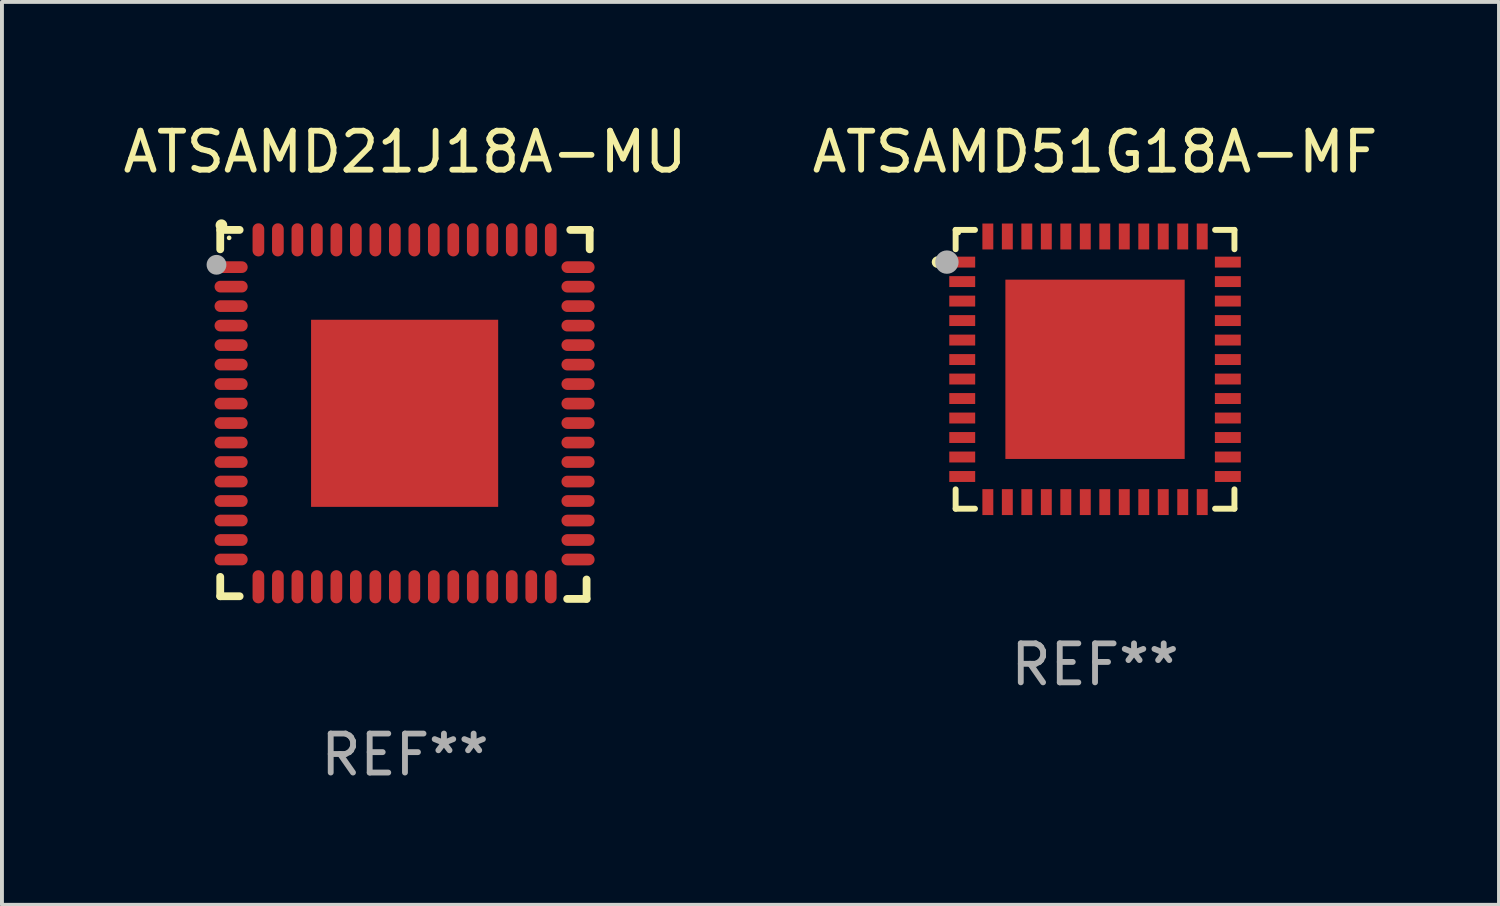
<source format=kicad_pcb>
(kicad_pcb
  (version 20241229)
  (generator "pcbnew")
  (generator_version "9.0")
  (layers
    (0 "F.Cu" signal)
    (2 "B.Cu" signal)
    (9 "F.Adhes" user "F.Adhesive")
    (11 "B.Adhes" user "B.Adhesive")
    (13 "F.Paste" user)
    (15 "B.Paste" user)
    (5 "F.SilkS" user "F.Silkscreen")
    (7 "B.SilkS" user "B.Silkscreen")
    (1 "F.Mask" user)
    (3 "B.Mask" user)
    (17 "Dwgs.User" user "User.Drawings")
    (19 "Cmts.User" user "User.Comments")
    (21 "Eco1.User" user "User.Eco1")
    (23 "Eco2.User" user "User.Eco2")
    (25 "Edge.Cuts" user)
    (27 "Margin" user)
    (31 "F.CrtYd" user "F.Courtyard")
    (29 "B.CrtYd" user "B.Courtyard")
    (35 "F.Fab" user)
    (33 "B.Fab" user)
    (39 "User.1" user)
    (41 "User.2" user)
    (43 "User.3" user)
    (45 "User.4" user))
  (footprint "ATSAMD51G18A-MF"
    (layer "F.Cu")
    (at 25.042 6.424)
    (property "Reference" "ATSAMD51G18A-MF" (at 0 -5.576 0) (layer "F.SilkS") (effects (font (size 1 1) (thickness 0.15))))
    (attr through_hole)
    (fp_line (start -3.576 -3.576) (end -3.576 -3.08) (stroke (width 0.152) (type solid)) (layer "F.SilkS"))
    (fp_line (start -3.576 3.576) (end -3.576 3.08) (stroke (width 0.152) (type solid)) (layer "F.SilkS"))
    (fp_line (start -3.08 -3.576) (end -3.576 -3.576) (stroke (width 0.152) (type solid)) (layer "F.SilkS"))
    (fp_line (start -3.08 3.576) (end -3.576 3.576) (stroke (width 0.152) (type solid)) (layer "F.SilkS"))
    (fp_line (start 3.08 -3.576) (end 3.576 -3.576) (stroke (width 0.152) (type solid)) (layer "F.SilkS"))
    (fp_line (start 3.08 3.576) (end 3.576 3.576) (stroke (width 0.152) (type solid)) (layer "F.SilkS"))
    (fp_line (start 3.576 -3.576) (end 3.576 -3.08) (stroke (width 0.152) (type solid)) (layer "F.SilkS"))
    (fp_line (start 3.576 3.576) (end 3.576 3.08) (stroke (width 0.152) (type solid)) (layer "F.SilkS"))
    (fp_circle (center -4.04 -2.75) (end -3.965 -2.75) (stroke (width 0.15) (type solid)) (fill no) (layer "F.SilkS"))
    (fp_circle (center -3.5 -3.5) (end -3.47 -3.5) (stroke (width 0.06) (type solid)) (fill no) (layer "F.SilkS"))
    (fp_circle (center -3.8 -2.75) (end -3.65 -2.75) (stroke (width 0.3) (type solid)) (fill no) (layer "F.Fab"))
    (fp_text user "REF**" (at 0 7.576 0) (layer "F.Fab") (effects (font (size 1 1) (thickness 0.15))))
    (pad "1" smd rect (at -3.407 -2.75) (size 0.665 0.28) (layers "F.Cu" "F.Mask" "F.Paste"))
    (pad "2" smd rect (at -3.407 -2.25) (size 0.665 0.28) (layers "F.Cu" "F.Mask" "F.Paste"))
    (pad "3" smd rect (at -3.407 -1.75) (size 0.665 0.28) (layers "F.Cu" "F.Mask" "F.Paste"))
    (pad "4" smd rect (at -3.407 -1.25) (size 0.665 0.28) (layers "F.Cu" "F.Mask" "F.Paste"))
    (pad "5" smd rect (at -3.407 -0.75) (size 0.665 0.28) (layers "F.Cu" "F.Mask" "F.Paste"))
    (pad "6" smd rect (at -3.407 -0.25) (size 0.665 0.28) (layers "F.Cu" "F.Mask" "F.Paste"))
    (pad "7" smd rect (at -3.407 0.25) (size 0.665 0.28) (layers "F.Cu" "F.Mask" "F.Paste"))
    (pad "8" smd rect (at -3.407 0.75) (size 0.665 0.28) (layers "F.Cu" "F.Mask" "F.Paste"))
    (pad "9" smd rect (at -3.407 1.25) (size 0.665 0.28) (layers "F.Cu" "F.Mask" "F.Paste"))
    (pad "10" smd rect (at -3.407 1.75) (size 0.665 0.28) (layers "F.Cu" "F.Mask" "F.Paste"))
    (pad "11" smd rect (at -3.407 2.25) (size 0.665 0.28) (layers "F.Cu" "F.Mask" "F.Paste"))
    (pad "12" smd rect (at -3.407 2.75) (size 0.665 0.28) (layers "F.Cu" "F.Mask" "F.Paste"))
    (pad "13" smd rect (at -2.75 3.407) (size 0.28 0.665) (layers "F.Cu" "F.Mask" "F.Paste"))
    (pad "14" smd rect (at -2.25 3.407) (size 0.28 0.665) (layers "F.Cu" "F.Mask" "F.Paste"))
    (pad "15" smd rect (at -1.75 3.407) (size 0.28 0.665) (layers "F.Cu" "F.Mask" "F.Paste"))
    (pad "16" smd rect (at -1.25 3.407) (size 0.28 0.665) (layers "F.Cu" "F.Mask" "F.Paste"))
    (pad "17" smd rect (at -0.75 3.407) (size 0.28 0.665) (layers "F.Cu" "F.Mask" "F.Paste"))
    (pad "18" smd rect (at -0.25 3.407) (size 0.28 0.665) (layers "F.Cu" "F.Mask" "F.Paste"))
    (pad "19" smd rect (at 0.25 3.407) (size 0.28 0.665) (layers "F.Cu" "F.Mask" "F.Paste"))
    (pad "20" smd rect (at 0.75 3.407) (size 0.28 0.665) (layers "F.Cu" "F.Mask" "F.Paste"))
    (pad "21" smd rect (at 1.25 3.407) (size 0.28 0.665) (layers "F.Cu" "F.Mask" "F.Paste"))
    (pad "22" smd rect (at 1.75 3.407) (size 0.28 0.665) (layers "F.Cu" "F.Mask" "F.Paste"))
    (pad "23" smd rect (at 2.25 3.407) (size 0.28 0.665) (layers "F.Cu" "F.Mask" "F.Paste"))
    (pad "24" smd rect (at 2.75 3.407) (size 0.28 0.665) (layers "F.Cu" "F.Mask" "F.Paste"))
    (pad "25" smd rect (at 3.407 2.75) (size 0.665 0.28) (layers "F.Cu" "F.Mask" "F.Paste"))
    (pad "26" smd rect (at 3.407 2.25) (size 0.665 0.28) (layers "F.Cu" "F.Mask" "F.Paste"))
    (pad "27" smd rect (at 3.407 1.75) (size 0.665 0.28) (layers "F.Cu" "F.Mask" "F.Paste"))
    (pad "28" smd rect (at 3.407 1.25) (size 0.665 0.28) (layers "F.Cu" "F.Mask" "F.Paste"))
    (pad "29" smd rect (at 3.407 0.75) (size 0.665 0.28) (layers "F.Cu" "F.Mask" "F.Paste"))
    (pad "30" smd rect (at 3.407 0.25) (size 0.665 0.28) (layers "F.Cu" "F.Mask" "F.Paste"))
    (pad "31" smd rect (at 3.407 -0.25) (size 0.665 0.28) (layers "F.Cu" "F.Mask" "F.Paste"))
    (pad "32" smd rect (at 3.407 -0.75) (size 0.665 0.28) (layers "F.Cu" "F.Mask" "F.Paste"))
    (pad "33" smd rect (at 3.407 -1.25) (size 0.665 0.28) (layers "F.Cu" "F.Mask" "F.Paste"))
    (pad "34" smd rect (at 3.407 -1.75) (size 0.665 0.28) (layers "F.Cu" "F.Mask" "F.Paste"))
    (pad "35" smd rect (at 3.407 -2.25) (size 0.665 0.28) (layers "F.Cu" "F.Mask" "F.Paste"))
    (pad "36" smd rect (at 3.407 -2.75) (size 0.665 0.28) (layers "F.Cu" "F.Mask" "F.Paste"))
    (pad "37" smd rect (at 2.75 -3.407) (size 0.28 0.665) (layers "F.Cu" "F.Mask" "F.Paste"))
    (pad "38" smd rect (at 2.25 -3.407) (size 0.28 0.665) (layers "F.Cu" "F.Mask" "F.Paste"))
    (pad "39" smd rect (at 1.75 -3.407) (size 0.28 0.665) (layers "F.Cu" "F.Mask" "F.Paste"))
    (pad "40" smd rect (at 1.25 -3.407) (size 0.28 0.665) (layers "F.Cu" "F.Mask" "F.Paste"))
    (pad "41" smd rect (at 0.75 -3.407) (size 0.28 0.665) (layers "F.Cu" "F.Mask" "F.Paste"))
    (pad "42" smd rect (at 0.25 -3.407) (size 0.28 0.665) (layers "F.Cu" "F.Mask" "F.Paste"))
    (pad "43" smd rect (at -0.25 -3.407) (size 0.28 0.665) (layers "F.Cu" "F.Mask" "F.Paste"))
    (pad "44" smd rect (at -0.75 -3.407) (size 0.28 0.665) (layers "F.Cu" "F.Mask" "F.Paste"))
    (pad "45" smd rect (at -1.25 -3.407) (size 0.28 0.665) (layers "F.Cu" "F.Mask" "F.Paste"))
    (pad "46" smd rect (at -1.75 -3.407) (size 0.28 0.665) (layers "F.Cu" "F.Mask" "F.Paste"))
    (pad "47" smd rect (at -2.25 -3.407) (size 0.28 0.665) (layers "F.Cu" "F.Mask" "F.Paste"))
    (pad "48" smd rect (at -2.75 -3.407) (size 0.28 0.665) (layers "F.Cu" "F.Mask" "F.Paste"))
    (pad "49" smd rect (at 0 0) (size 4.6 4.6) (layers "F.Cu" "F.Mask" "F.Paste")))
  (footprint "ATSAMD21J18A-MU"
    (layer "F.Cu")
    (at 7.339 7.581)
    (property "Reference" "ATSAMD21J18A-MU" (at 0 -6.733 0) (layer "F.SilkS") (effects (font (size 1 1) (thickness 0.15))))
    (attr through_hole)
    (fp_line (start -4.739 -4.733) (end -4.241 -4.733) (stroke (width 0.2) (type solid)) (layer "F.SilkS"))
    (fp_line (start -4.739 -4.235) (end -4.739 -4.733) (stroke (width 0.2) (type solid)) (layer "F.SilkS"))
    (fp_line (start -4.739 4.168) (end -4.739 4.665) (stroke (width 0.2) (type solid)) (layer "F.SilkS"))
    (fp_line (start -4.739 4.665) (end -4.241 4.665) (stroke (width 0.2) (type solid)) (layer "F.SilkS"))
    (fp_line (start 4.161 4.733) (end 4.659 4.733) (stroke (width 0.2) (type solid)) (layer "F.SilkS"))
    (fp_line (start 4.241 -4.733) (end 4.739 -4.733) (stroke (width 0.2) (type solid)) (layer "F.SilkS"))
    (fp_line (start 4.659 4.733) (end 4.659 4.235) (stroke (width 0.2) (type solid)) (layer "F.SilkS"))
    (fp_line (start 4.739 -4.733) (end 4.739 -4.235) (stroke (width 0.2) (type solid)) (layer "F.SilkS"))
    (fp_arc (start -4.708623 -4.85108) (mid -4.708628 -4.85235) (end -4.708623 -4.85362) (stroke (width 0.3) (type solid)) (layer "F.SilkS"))
    (fp_circle (center -4.511 -4.529) (end -4.481 -4.529) (stroke (width 0.06) (type solid)) (fill no) (layer "F.SilkS"))
    (fp_circle (center -4.835 -3.838) (end -4.708 -3.838) (stroke (width 0.254) (type solid)) (fill no) (layer "F.Fab"))
    (fp_text user "REF**" (at 0 8.733 0) (layer "F.Fab") (effects (font (size 1 1) (thickness 0.15))))
    (pad "1" smd oval (at -4.46 -3.778) (size 0.85 0.3) (layers "F.Cu" "F.Mask" "F.Paste"))
    (pad "2" smd oval (at -4.46 -3.278) (size 0.85 0.3) (layers "F.Cu" "F.Mask" "F.Paste"))
    (pad "3" smd oval (at -4.46 -2.778) (size 0.85 0.3) (layers "F.Cu" "F.Mask" "F.Paste"))
    (pad "4" smd oval (at -4.46 -2.278) (size 0.85 0.3) (layers "F.Cu" "F.Mask" "F.Paste"))
    (pad "5" smd oval (at -4.46 -1.778) (size 0.85 0.3) (layers "F.Cu" "F.Mask" "F.Paste"))
    (pad "6" smd oval (at -4.46 -1.278) (size 0.85 0.3) (layers "F.Cu" "F.Mask" "F.Paste"))
    (pad "7" smd oval (at -4.46 -0.778) (size 0.85 0.3) (layers "F.Cu" "F.Mask" "F.Paste"))
    (pad "8" smd oval (at -4.46 -0.278) (size 0.85 0.3) (layers "F.Cu" "F.Mask" "F.Paste"))
    (pad "9" smd oval (at -4.46 0.222) (size 0.85 0.3) (layers "F.Cu" "F.Mask" "F.Paste"))
    (pad "10" smd oval (at -4.46 0.722) (size 0.85 0.3) (layers "F.Cu" "F.Mask" "F.Paste"))
    (pad "11" smd oval (at -4.46 1.222) (size 0.85 0.3) (layers "F.Cu" "F.Mask" "F.Paste"))
    (pad "12" smd oval (at -4.46 1.722) (size 0.85 0.3) (layers "F.Cu" "F.Mask" "F.Paste"))
    (pad "13" smd oval (at -4.46 2.222) (size 0.85 0.3) (layers "F.Cu" "F.Mask" "F.Paste"))
    (pad "14" smd oval (at -4.46 2.722) (size 0.85 0.3) (layers "F.Cu" "F.Mask" "F.Paste"))
    (pad "15" smd oval (at -4.46 3.222) (size 0.85 0.3) (layers "F.Cu" "F.Mask" "F.Paste"))
    (pad "16" smd oval (at -4.46 3.722) (size 0.85 0.3) (layers "F.Cu" "F.Mask" "F.Paste"))
    (pad "17" smd oval (at -3.76 4.422) (size 0.3 0.85) (layers "F.Cu" "F.Mask" "F.Paste"))
    (pad "18" smd oval (at -3.26 4.422) (size 0.3 0.85) (layers "F.Cu" "F.Mask" "F.Paste"))
    (pad "19" smd oval (at -2.76 4.422) (size 0.3 0.85) (layers "F.Cu" "F.Mask" "F.Paste"))
    (pad "20" smd oval (at -2.26 4.422) (size 0.3 0.85) (layers "F.Cu" "F.Mask" "F.Paste"))
    (pad "21" smd oval (at -1.76 4.422) (size 0.3 0.85) (layers "F.Cu" "F.Mask" "F.Paste"))
    (pad "22" smd oval (at -1.26 4.422) (size 0.3 0.85) (layers "F.Cu" "F.Mask" "F.Paste"))
    (pad "23" smd oval (at -0.76 4.422) (size 0.3 0.85) (layers "F.Cu" "F.Mask" "F.Paste"))
    (pad "24" smd oval (at -0.26 4.422) (size 0.3 0.85) (layers "F.Cu" "F.Mask" "F.Paste"))
    (pad "25" smd oval (at 0.24 4.422) (size 0.3 0.85) (layers "F.Cu" "F.Mask" "F.Paste"))
    (pad "26" smd oval (at 0.74 4.422) (size 0.3 0.85) (layers "F.Cu" "F.Mask" "F.Paste"))
    (pad "27" smd oval (at 1.24 4.422) (size 0.3 0.85) (layers "F.Cu" "F.Mask" "F.Paste"))
    (pad "28" smd oval (at 1.74 4.422) (size 0.3 0.85) (layers "F.Cu" "F.Mask" "F.Paste"))
    (pad "29" smd oval (at 2.24 4.422) (size 0.3 0.85) (layers "F.Cu" "F.Mask" "F.Paste"))
    (pad "30" smd oval (at 2.74 4.422) (size 0.3 0.85) (layers "F.Cu" "F.Mask" "F.Paste"))
    (pad "31" smd oval (at 3.24 4.422) (size 0.3 0.85) (layers "F.Cu" "F.Mask" "F.Paste"))
    (pad "32" smd oval (at 3.74 4.422) (size 0.3 0.85) (layers "F.Cu" "F.Mask" "F.Paste"))
    (pad "33" smd oval (at 4.44 3.723) (size 0.85 0.3) (layers "F.Cu" "F.Mask" "F.Paste"))
    (pad "34" smd oval (at 4.44 3.222) (size 0.85 0.3) (layers "F.Cu" "F.Mask" "F.Paste"))
    (pad "35" smd oval (at 4.44 2.723) (size 0.85 0.3) (layers "F.Cu" "F.Mask" "F.Paste"))
    (pad "36" smd oval (at 4.44 2.222) (size 0.85 0.3) (layers "F.Cu" "F.Mask" "F.Paste"))
    (pad "37" smd oval (at 4.44 1.723) (size 0.85 0.3) (layers "F.Cu" "F.Mask" "F.Paste"))
    (pad "38" smd oval (at 4.44 1.222) (size 0.85 0.3) (layers "F.Cu" "F.Mask" "F.Paste"))
    (pad "39" smd oval (at 4.44 0.723) (size 0.85 0.3) (layers "F.Cu" "F.Mask" "F.Paste"))
    (pad "40" smd oval (at 4.44 0.222) (size 0.85 0.3) (layers "F.Cu" "F.Mask" "F.Paste"))
    (pad "41" smd oval (at 4.44 -0.277) (size 0.85 0.3) (layers "F.Cu" "F.Mask" "F.Paste"))
    (pad "42" smd oval (at 4.44 -0.778) (size 0.85 0.3) (layers "F.Cu" "F.Mask" "F.Paste"))
    (pad "43" smd oval (at 4.44 -1.277) (size 0.85 0.3) (layers "F.Cu" "F.Mask" "F.Paste"))
    (pad "44" smd oval (at 4.44 -1.778) (size 0.85 0.3) (layers "F.Cu" "F.Mask" "F.Paste"))
    (pad "45" smd oval (at 4.44 -2.277) (size 0.85 0.3) (layers "F.Cu" "F.Mask" "F.Paste"))
    (pad "46" smd oval (at 4.44 -2.778) (size 0.85 0.3) (layers "F.Cu" "F.Mask" "F.Paste"))
    (pad "47" smd oval (at 4.44 -3.277) (size 0.85 0.3) (layers "F.Cu" "F.Mask" "F.Paste"))
    (pad "48" smd oval (at 4.44 -3.778) (size 0.85 0.3) (layers "F.Cu" "F.Mask" "F.Paste"))
    (pad "49" smd oval (at 3.74 -4.478) (size 0.3 0.85) (layers "F.Cu" "F.Mask" "F.Paste"))
    (pad "50" smd oval (at 3.24 -4.478) (size 0.3 0.85) (layers "F.Cu" "F.Mask" "F.Paste"))
    (pad "51" smd oval (at 2.74 -4.478) (size 0.3 0.85) (layers "F.Cu" "F.Mask" "F.Paste"))
    (pad "52" smd oval (at 2.24 -4.478) (size 0.3 0.85) (layers "F.Cu" "F.Mask" "F.Paste"))
    (pad "53" smd oval (at 1.74 -4.478) (size 0.3 0.85) (layers "F.Cu" "F.Mask" "F.Paste"))
    (pad "54" smd oval (at 1.24 -4.478) (size 0.3 0.85) (layers "F.Cu" "F.Mask" "F.Paste"))
    (pad "55" smd oval (at 0.74 -4.478) (size 0.3 0.85) (layers "F.Cu" "F.Mask" "F.Paste"))
    (pad "56" smd oval (at 0.24 -4.478) (size 0.3 0.85) (layers "F.Cu" "F.Mask" "F.Paste"))
    (pad "57" smd oval (at -0.26 -4.478) (size 0.3 0.85) (layers "F.Cu" "F.Mask" "F.Paste"))
    (pad "58" smd oval (at -0.76 -4.478) (size 0.3 0.85) (layers "F.Cu" "F.Mask" "F.Paste"))
    (pad "59" smd oval (at -1.26 -4.478) (size 0.3 0.85) (layers "F.Cu" "F.Mask" "F.Paste"))
    (pad "60" smd oval (at -1.76 -4.478) (size 0.3 0.85) (layers "F.Cu" "F.Mask" "F.Paste"))
    (pad "61" smd oval (at -2.26 -4.478) (size 0.3 0.85) (layers "F.Cu" "F.Mask" "F.Paste"))
    (pad "62" smd oval (at -2.76 -4.478) (size 0.3 0.85) (layers "F.Cu" "F.Mask" "F.Paste"))
    (pad "63" smd oval (at -3.26 -4.478) (size 0.3 0.85) (layers "F.Cu" "F.Mask" "F.Paste"))
    (pad "64" smd oval (at -3.76 -4.478) (size 0.3 0.85) (layers "F.Cu" "F.Mask" "F.Paste"))
    (pad "65" smd rect (at -0.009 -0.028 90) (size 4.8 4.8) (layers "F.Cu" "F.Mask" "F.Paste")))
  (gr_rect
    (start -3 -3)
    (end 35.405 20.162)
    (stroke (width 0.1) (type default))
    (fill no)
    (layer "Edge.Cuts")))
</source>
